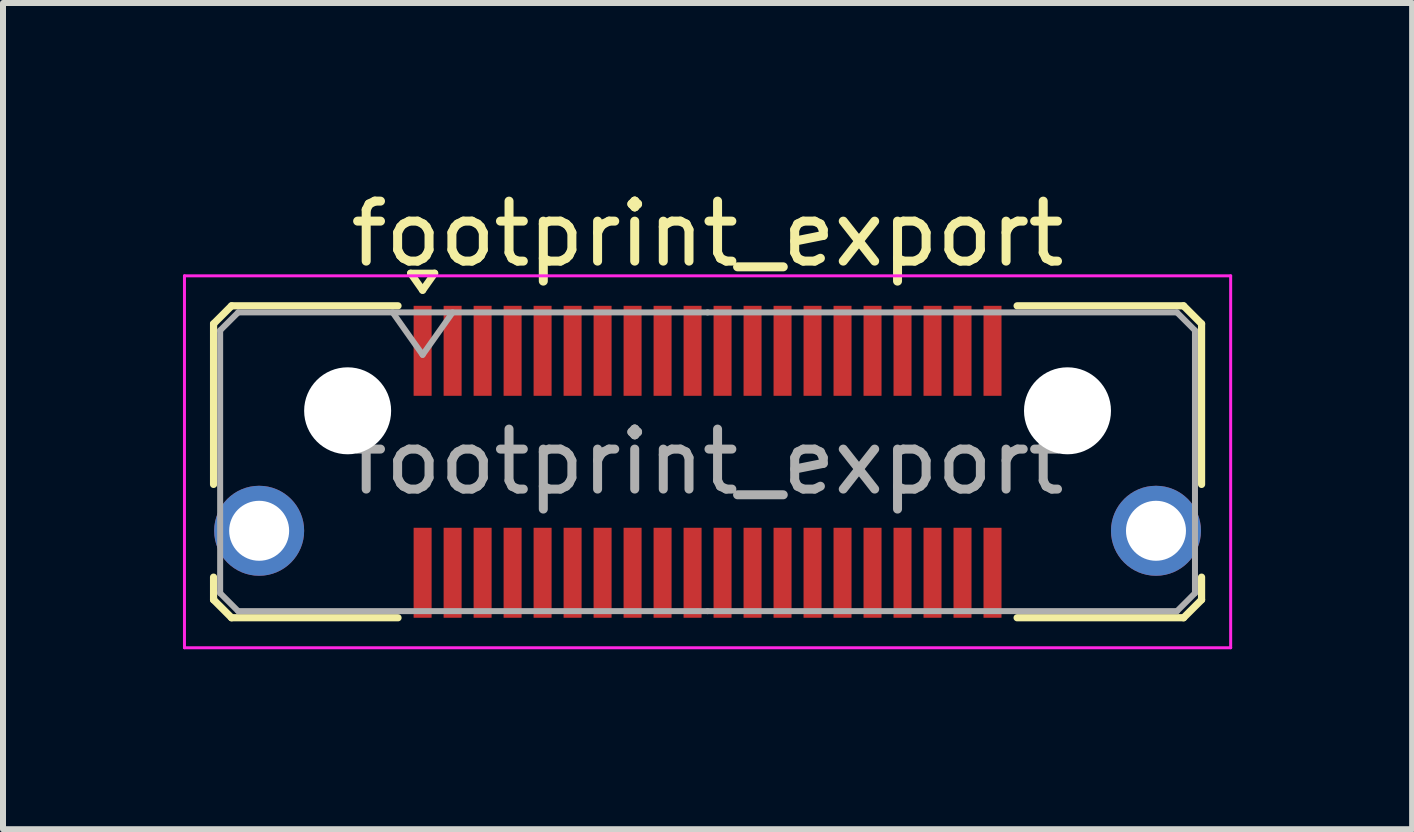
<source format=kicad_pcb>
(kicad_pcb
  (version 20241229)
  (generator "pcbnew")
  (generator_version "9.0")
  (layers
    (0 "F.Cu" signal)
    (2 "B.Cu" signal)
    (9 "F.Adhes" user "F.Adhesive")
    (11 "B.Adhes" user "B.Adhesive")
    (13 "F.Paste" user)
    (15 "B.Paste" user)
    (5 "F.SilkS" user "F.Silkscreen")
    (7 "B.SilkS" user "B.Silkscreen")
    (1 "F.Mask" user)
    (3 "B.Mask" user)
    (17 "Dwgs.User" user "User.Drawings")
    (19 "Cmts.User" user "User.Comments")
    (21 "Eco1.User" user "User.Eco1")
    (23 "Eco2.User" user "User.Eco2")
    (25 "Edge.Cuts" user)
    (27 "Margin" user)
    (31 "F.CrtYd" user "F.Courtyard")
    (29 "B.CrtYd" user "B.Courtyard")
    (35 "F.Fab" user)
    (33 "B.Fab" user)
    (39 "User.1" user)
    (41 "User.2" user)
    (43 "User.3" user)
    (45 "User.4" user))
  (footprint "footprint_export"
    (layer "F.Cu")
    (at 8.745 4.648)
    (property "Reference" "footprint_export" (at 0 -3.8 0) (layer "F.SilkS") (effects (font (size 1 1) (thickness 0.15))))
    (attr smd)
    (fp_line (start -8.235 -2.3) (end -8.235 0.377) (stroke (width 0.12) (type solid)) (layer "F.SilkS"))
    (fp_line (start -8.235 1.923) (end -8.235 2.3) (stroke (width 0.12) (type solid)) (layer "F.SilkS"))
    (fp_line (start -8.235 2.3) (end -7.935 2.6) (stroke (width 0.12) (type solid)) (layer "F.SilkS"))
    (fp_line (start -7.935 -2.6) (end -8.235 -2.3) (stroke (width 0.12) (type solid)) (layer "F.SilkS"))
    (fp_line (start -7.935 2.6) (end -5.16 2.6) (stroke (width 0.12) (type solid)) (layer "F.SilkS"))
    (fp_line (start -5.16 -2.6) (end -7.935 -2.6) (stroke (width 0.12) (type solid)) (layer "F.SilkS"))
    (fp_line (start -4.95 -3.143) (end -4.55 -3.143) (stroke (width 0.12) (type solid)) (layer "F.SilkS"))
    (fp_line (start -4.75 -2.86) (end -4.95 -3.143) (stroke (width 0.12) (type solid)) (layer "F.SilkS"))
    (fp_line (start -4.55 -3.143) (end -4.75 -2.86) (stroke (width 0.12) (type solid)) (layer "F.SilkS"))
    (fp_line (start 5.16 -2.6) (end 7.935 -2.6) (stroke (width 0.12) (type solid)) (layer "F.SilkS"))
    (fp_line (start 7.935 -2.6) (end 8.235 -2.3) (stroke (width 0.12) (type solid)) (layer "F.SilkS"))
    (fp_line (start 7.935 2.6) (end 5.16 2.6) (stroke (width 0.12) (type solid)) (layer "F.SilkS"))
    (fp_line (start 8.235 -2.3) (end 8.235 0.377) (stroke (width 0.12) (type solid)) (layer "F.SilkS"))
    (fp_line (start 8.235 1.923) (end 8.235 2.3) (stroke (width 0.12) (type solid)) (layer "F.SilkS"))
    (fp_line (start 8.235 2.3) (end 7.935 2.6) (stroke (width 0.12) (type solid)) (layer "F.SilkS"))
    (fp_line (start -8.72 -3.1) (end -8.72 3.1) (stroke (width 0.05) (type solid)) (layer "F.CrtYd"))
    (fp_line (start -8.72 3.1) (end 8.72 3.1) (stroke (width 0.05) (type solid)) (layer "F.CrtYd"))
    (fp_line (start 8.72 -3.1) (end -8.72 -3.1) (stroke (width 0.05) (type solid)) (layer "F.CrtYd"))
    (fp_line (start 8.72 3.1) (end 8.72 -3.1) (stroke (width 0.05) (type solid)) (layer "F.CrtYd"))
    (fp_line (start -8.125 -2.19) (end -8.125 2.19) (stroke (width 0.1) (type solid)) (layer "F.Fab"))
    (fp_line (start -8.125 2.19) (end -7.825 2.49) (stroke (width 0.1) (type solid)) (layer "F.Fab"))
    (fp_line (start -7.825 -2.49) (end -8.125 -2.19) (stroke (width 0.1) (type solid)) (layer "F.Fab"))
    (fp_line (start -7.825 2.49) (end 0 2.49) (stroke (width 0.1) (type solid)) (layer "F.Fab"))
    (fp_line (start -5.25 -2.49) (end -4.75 -1.783) (stroke (width 0.1) (type solid)) (layer "F.Fab"))
    (fp_line (start -4.75 -1.783) (end -4.25 -2.49) (stroke (width 0.1) (type solid)) (layer "F.Fab"))
    (fp_line (start 0 -2.49) (end -7.825 -2.49) (stroke (width 0.1) (type solid)) (layer "F.Fab"))
    (fp_line (start 0 -2.49) (end 7.825 -2.49) (stroke (width 0.1) (type solid)) (layer "F.Fab"))
    (fp_line (start 7.825 -2.49) (end 8.125 -2.19) (stroke (width 0.1) (type solid)) (layer "F.Fab"))
    (fp_line (start 7.825 2.49) (end 0 2.49) (stroke (width 0.1) (type solid)) (layer "F.Fab"))
    (fp_line (start 8.125 -2.19) (end 8.125 2.19) (stroke (width 0.1) (type solid)) (layer "F.Fab"))
    (fp_line (start 8.125 2.19) (end 7.825 2.49) (stroke (width 0.1) (type solid)) (layer "F.Fab"))
    (fp_text user "${REFERENCE}" (at 0 0 0) (layer "F.Fab") (effects (font (size 1 1) (thickness 0.15))))
    (pad "" np_thru_hole circle (at -6 -0.85) (size 1.45 1.45) (drill 1.45) (layers "*.Cu" "*.Mask"))
    (pad "" np_thru_hole circle (at 6 -0.85) (size 1.45 1.45) (drill 1.45) (layers "*.Cu" "*.Mask"))
    (pad "1" smd rect (at -4.75 -1.85) (size 0.3 1.5) (layers "F.Cu" "F.Mask" "F.Paste"))
    (pad "2" smd rect (at -4.75 1.85) (size 0.3 1.5) (layers "F.Cu" "F.Mask" "F.Paste"))
    (pad "3" smd rect (at -4.25 -1.85) (size 0.3 1.5) (layers "F.Cu" "F.Mask" "F.Paste"))
    (pad "4" smd rect (at -4.25 1.85) (size 0.3 1.5) (layers "F.Cu" "F.Mask" "F.Paste"))
    (pad "5" smd rect (at -3.75 -1.85) (size 0.3 1.5) (layers "F.Cu" "F.Mask" "F.Paste"))
    (pad "6" smd rect (at -3.75 1.85) (size 0.3 1.5) (layers "F.Cu" "F.Mask" "F.Paste"))
    (pad "7" smd rect (at -3.25 -1.85) (size 0.3 1.5) (layers "F.Cu" "F.Mask" "F.Paste"))
    (pad "8" smd rect (at -3.25 1.85) (size 0.3 1.5) (layers "F.Cu" "F.Mask" "F.Paste"))
    (pad "9" smd rect (at -2.75 -1.85) (size 0.3 1.5) (layers "F.Cu" "F.Mask" "F.Paste"))
    (pad "10" smd rect (at -2.75 1.85) (size 0.3 1.5) (layers "F.Cu" "F.Mask" "F.Paste"))
    (pad "11" smd rect (at -2.25 -1.85) (size 0.3 1.5) (layers "F.Cu" "F.Mask" "F.Paste"))
    (pad "12" smd rect (at -2.25 1.85) (size 0.3 1.5) (layers "F.Cu" "F.Mask" "F.Paste"))
    (pad "13" smd rect (at -1.75 -1.85) (size 0.3 1.5) (layers "F.Cu" "F.Mask" "F.Paste"))
    (pad "14" smd rect (at -1.75 1.85) (size 0.3 1.5) (layers "F.Cu" "F.Mask" "F.Paste"))
    (pad "15" smd rect (at -1.25 -1.85) (size 0.3 1.5) (layers "F.Cu" "F.Mask" "F.Paste"))
    (pad "16" smd rect (at -1.25 1.85) (size 0.3 1.5) (layers "F.Cu" "F.Mask" "F.Paste"))
    (pad "17" smd rect (at -0.75 -1.85) (size 0.3 1.5) (layers "F.Cu" "F.Mask" "F.Paste"))
    (pad "18" smd rect (at -0.75 1.85) (size 0.3 1.5) (layers "F.Cu" "F.Mask" "F.Paste"))
    (pad "19" smd rect (at -0.25 -1.85) (size 0.3 1.5) (layers "F.Cu" "F.Mask" "F.Paste"))
    (pad "20" smd rect (at -0.25 1.85) (size 0.3 1.5) (layers "F.Cu" "F.Mask" "F.Paste"))
    (pad "21" smd rect (at 0.25 -1.85) (size 0.3 1.5) (layers "F.Cu" "F.Mask" "F.Paste"))
    (pad "22" smd rect (at 0.25 1.85) (size 0.3 1.5) (layers "F.Cu" "F.Mask" "F.Paste"))
    (pad "23" smd rect (at 0.75 -1.85) (size 0.3 1.5) (layers "F.Cu" "F.Mask" "F.Paste"))
    (pad "24" smd rect (at 0.75 1.85) (size 0.3 1.5) (layers "F.Cu" "F.Mask" "F.Paste"))
    (pad "25" smd rect (at 1.25 -1.85) (size 0.3 1.5) (layers "F.Cu" "F.Mask" "F.Paste"))
    (pad "26" smd rect (at 1.25 1.85) (size 0.3 1.5) (layers "F.Cu" "F.Mask" "F.Paste"))
    (pad "27" smd rect (at 1.75 -1.85) (size 0.3 1.5) (layers "F.Cu" "F.Mask" "F.Paste"))
    (pad "28" smd rect (at 1.75 1.85) (size 0.3 1.5) (layers "F.Cu" "F.Mask" "F.Paste"))
    (pad "29" smd rect (at 2.25 -1.85) (size 0.3 1.5) (layers "F.Cu" "F.Mask" "F.Paste"))
    (pad "30" smd rect (at 2.25 1.85) (size 0.3 1.5) (layers "F.Cu" "F.Mask" "F.Paste"))
    (pad "31" smd rect (at 2.75 -1.85) (size 0.3 1.5) (layers "F.Cu" "F.Mask" "F.Paste"))
    (pad "32" smd rect (at 2.75 1.85) (size 0.3 1.5) (layers "F.Cu" "F.Mask" "F.Paste"))
    (pad "33" smd rect (at 3.25 -1.85) (size 0.3 1.5) (layers "F.Cu" "F.Mask" "F.Paste"))
    (pad "34" smd rect (at 3.25 1.85) (size 0.3 1.5) (layers "F.Cu" "F.Mask" "F.Paste"))
    (pad "35" smd rect (at 3.75 -1.85) (size 0.3 1.5) (layers "F.Cu" "F.Mask" "F.Paste"))
    (pad "36" smd rect (at 3.75 1.85) (size 0.3 1.5) (layers "F.Cu" "F.Mask" "F.Paste"))
    (pad "37" smd rect (at 4.25 -1.85) (size 0.3 1.5) (layers "F.Cu" "F.Mask" "F.Paste"))
    (pad "38" smd rect (at 4.25 1.85) (size 0.3 1.5) (layers "F.Cu" "F.Mask" "F.Paste"))
    (pad "39" smd rect (at 4.75 -1.85) (size 0.3 1.5) (layers "F.Cu" "F.Mask" "F.Paste"))
    (pad "40" smd rect (at 4.75 1.85) (size 0.3 1.5) (layers "F.Cu" "F.Mask" "F.Paste"))
    (pad "SH" thru_hole circle (at -7.475 1.15) (size 1.5 1.5) (drill 1) (layers "*.Cu" "*.Mask"))
    (pad "SH" thru_hole circle (at 7.475 1.15) (size 1.5 1.5) (drill 1) (layers "*.Cu" "*.Mask")))
  (gr_rect
    (start -3 -3)
    (end 20.49 10.773)
    (stroke (width 0.1) (type default))
    (fill no)
    (layer "Edge.Cuts")))
</source>
